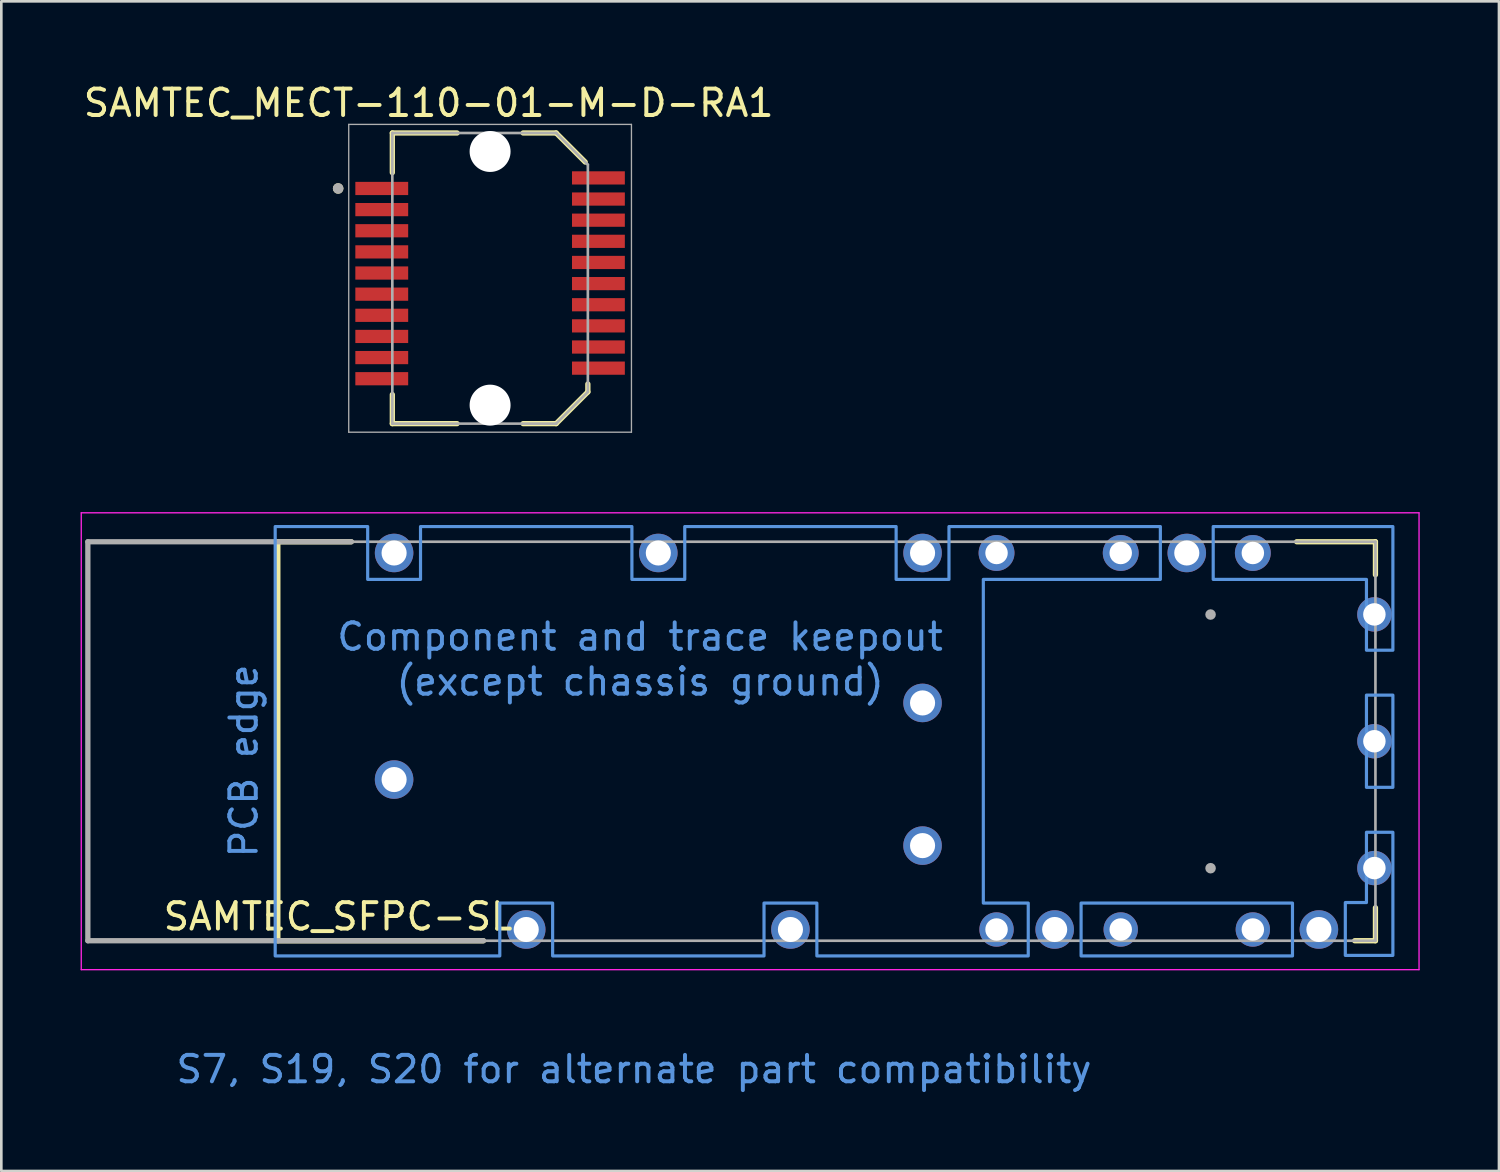
<source format=kicad_pcb>
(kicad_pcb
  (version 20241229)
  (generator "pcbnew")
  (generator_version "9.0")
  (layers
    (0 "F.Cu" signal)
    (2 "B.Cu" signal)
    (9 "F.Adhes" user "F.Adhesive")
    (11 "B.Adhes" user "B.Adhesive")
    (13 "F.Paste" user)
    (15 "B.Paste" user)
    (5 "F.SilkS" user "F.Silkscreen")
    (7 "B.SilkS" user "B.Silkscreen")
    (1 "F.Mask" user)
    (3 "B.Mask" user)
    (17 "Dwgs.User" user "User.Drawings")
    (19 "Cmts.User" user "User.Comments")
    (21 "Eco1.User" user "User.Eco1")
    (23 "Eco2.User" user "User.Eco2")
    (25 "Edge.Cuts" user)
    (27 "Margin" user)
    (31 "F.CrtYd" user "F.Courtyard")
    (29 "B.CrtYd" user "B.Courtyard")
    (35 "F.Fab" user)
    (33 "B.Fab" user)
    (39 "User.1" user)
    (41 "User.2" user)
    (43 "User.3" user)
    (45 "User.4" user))
  (footprint "SAMTEC_MECT-110-01-M-D-RA1"
    (layer "F.Cu")
    (at 15.498 2.683)
    (property "Reference" "SAMTEC_MECT-110-01-M-D-RA1" (at -2.325 -1.835 0) (layer "F.SilkS") (effects (font (size 1 1) (thickness 0.15))))
    (attr smd)
    (fp_line (start -3.7 -0.7) (end -1.25 -0.7) (stroke (width 0.2) (type solid)) (layer "F.SilkS"))
    (fp_line (start -3.7 0.8) (end -3.7 -0.7) (stroke (width 0.2) (type solid)) (layer "F.SilkS"))
    (fp_line (start -3.7 10.3) (end -3.7 9.2) (stroke (width 0.2) (type solid)) (layer "F.SilkS"))
    (fp_line (start -1.25 10.3) (end -3.7 10.3) (stroke (width 0.2) (type solid)) (layer "F.SilkS"))
    (fp_line (start 1.25 -0.7) (end 2.5 -0.7) (stroke (width 0.2) (type solid)) (layer "F.SilkS"))
    (fp_line (start 2.5 -0.7) (end 3.6 0.4) (stroke (width 0.2) (type solid)) (layer "F.SilkS"))
    (fp_line (start 2.5 10.3) (end 1.25 10.3) (stroke (width 0.2) (type solid)) (layer "F.SilkS"))
    (fp_line (start 3.7 9.1) (end 2.5 10.3) (stroke (width 0.2) (type solid)) (layer "F.SilkS"))
    (fp_line (start 3.7 9.1) (end 3.7 8.8) (stroke (width 0.2) (type solid)) (layer "F.SilkS"))
    (fp_circle (center -5.75 1.4) (end -5.75 1.5) (stroke (width 0.2) (type solid)) (fill no) (layer "F.SilkS"))
    (fp_line (start -5.35 -1.025) (end 5.35 -1.025) (stroke (width 0.05) (type solid)) (layer "F.Fab"))
    (fp_line (start -5.35 10.625) (end -5.35 -1.025) (stroke (width 0.05) (type solid)) (layer "F.Fab"))
    (fp_line (start -3.7 -0.7) (end 2.5 -0.7) (stroke (width 0.1) (type solid)) (layer "F.Fab"))
    (fp_line (start -3.7 10.3) (end -3.7 -0.7) (stroke (width 0.1) (type solid)) (layer "F.Fab"))
    (fp_line (start 2.5 -0.7) (end 3.7 0.5) (stroke (width 0.1) (type solid)) (layer "F.Fab"))
    (fp_line (start 2.5 10.3) (end -3.7 10.3) (stroke (width 0.1) (type solid)) (layer "F.Fab"))
    (fp_line (start 3.7 0.5) (end 3.7 9.1) (stroke (width 0.1) (type solid)) (layer "F.Fab"))
    (fp_line (start 3.7 9.1) (end 2.5 10.3) (stroke (width 0.1) (type solid)) (layer "F.Fab"))
    (fp_line (start 5.35 -1.025) (end 5.35 10.625) (stroke (width 0.05) (type solid)) (layer "F.Fab"))
    (fp_line (start 5.35 10.625) (end -5.35 10.625) (stroke (width 0.05) (type solid)) (layer "F.Fab"))
    (fp_circle (center -5.75 1.4) (end -5.75 1.5) (stroke (width 0.2) (type solid)) (fill no) (layer "F.Fab"))
    (pad "" np_thru_hole circle (at 0 0 270) (size 1.55 1.55) (drill 1.55) (layers "*.Cu" "*.Mask"))
    (pad "" np_thru_hole circle (at 0 9.6 270) (size 1.55 1.55) (drill 1.55) (layers "*.Cu" "*.Mask"))
    (pad "01" smd rect (at -4.1 1.4 270) (size 0.5 2) (layers "F.Cu" "F.Mask" "F.Paste"))
    (pad "02" smd rect (at -4.1 2.2 270) (size 0.5 2) (layers "F.Cu" "F.Mask" "F.Paste"))
    (pad "03" smd rect (at -4.1 3 270) (size 0.5 2) (layers "F.Cu" "F.Mask" "F.Paste"))
    (pad "04" smd rect (at -4.1 3.8 270) (size 0.5 2) (layers "F.Cu" "F.Mask" "F.Paste"))
    (pad "05" smd rect (at -4.1 4.6 270) (size 0.5 2) (layers "F.Cu" "F.Mask" "F.Paste"))
    (pad "06" smd rect (at -4.1 5.4 270) (size 0.5 2) (layers "F.Cu" "F.Mask" "F.Paste"))
    (pad "07" smd rect (at -4.1 6.2 270) (size 0.5 2) (layers "F.Cu" "F.Mask" "F.Paste"))
    (pad "08" smd rect (at -4.1 7 270) (size 0.5 2) (layers "F.Cu" "F.Mask" "F.Paste"))
    (pad "09" smd rect (at -4.1 7.8 270) (size 0.5 2) (layers "F.Cu" "F.Mask" "F.Paste"))
    (pad "10" smd rect (at -4.1 8.6 270) (size 0.5 2) (layers "F.Cu" "F.Mask" "F.Paste"))
    (pad "11" smd rect (at 4.1 8.2 270) (size 0.5 2) (layers "F.Cu" "F.Mask" "F.Paste"))
    (pad "12" smd rect (at 4.1 7.4 270) (size 0.5 2) (layers "F.Cu" "F.Mask" "F.Paste"))
    (pad "13" smd rect (at 4.1 6.6 270) (size 0.5 2) (layers "F.Cu" "F.Mask" "F.Paste"))
    (pad "14" smd rect (at 4.1 5.8 270) (size 0.5 2) (layers "F.Cu" "F.Mask" "F.Paste"))
    (pad "15" smd rect (at 4.1 5 270) (size 0.5 2) (layers "F.Cu" "F.Mask" "F.Paste"))
    (pad "16" smd rect (at 4.1 4.2 270) (size 0.5 2) (layers "F.Cu" "F.Mask" "F.Paste"))
    (pad "17" smd rect (at 4.1 3.4 270) (size 0.5 2) (layers "F.Cu" "F.Mask" "F.Paste"))
    (pad "18" smd rect (at 4.1 2.6 270) (size 0.5 2) (layers "F.Cu" "F.Mask" "F.Paste"))
    (pad "19" smd rect (at 4.1 1.8 270) (size 0.5 2) (layers "F.Cu" "F.Mask" "F.Paste"))
    (pad "20" smd rect (at 4.1 1 270) (size 0.5 2) (layers "F.Cu" "F.Mask" "F.Paste")))
  (footprint "SAMTEC_SFPC-SL"
    (layer "F.Cu")
    (at 42.765 20.208)
    (property "Reference" "SAMTEC_SFPC-SL" (at -33.02 11.43 0) (layer "F.SilkS") (effects (font (size 1 1) (thickness 0.15))))
    (attr through_hole)
    (fp_line (start -35.3 -2.755) (end -32.52 -2.755) (stroke (width 0.2) (type solid)) (layer "F.SilkS"))
    (fp_line (start -35.3 12.345) (end -35.3 -2.755) (stroke (width 0.2) (type solid)) (layer "F.SilkS"))
    (fp_line (start -35.3 12.345) (end -27.52 12.345) (stroke (width 0.2) (type solid)) (layer "F.SilkS"))
    (fp_line (start 3.26 -2.755) (end 6.24 -2.755) (stroke (width 0.2) (type solid)) (layer "F.SilkS"))
    (fp_line (start 6.24 -2.755) (end 6.24 -1.505) (stroke (width 0.2) (type solid)) (layer "F.SilkS"))
    (fp_line (start 6.24 11.095) (end 6.24 12.345) (stroke (width 0.2) (type solid)) (layer "F.SilkS"))
    (fp_line (start 6.24 12.345) (end 5.454 12.345) (stroke (width 0.2) (type solid)) (layer "F.SilkS"))
    (fp_poly (pts (xy -29.63 -1.06) (xy -32.17 -1.06) (xy -32.17 -3.6) (xy -29.63 -3.6)) (stroke (width 0.01) (type solid)) (fill yes) (layer "F.Paste"))
    (fp_poly (pts (xy -29.63 7.515) (xy -32.17 7.515) (xy -32.17 4.975) (xy -29.63 4.975)) (stroke (width 0.01) (type solid)) (fill yes) (layer "F.Paste"))
    (fp_poly (pts (xy -24.63 13.19) (xy -27.17 13.19) (xy -27.17 10.65) (xy -24.63 10.65)) (stroke (width 0.01) (type solid)) (fill yes) (layer "F.Paste"))
    (fp_poly (pts (xy -19.63 -1.06) (xy -22.17 -1.06) (xy -22.17 -3.6) (xy -19.63 -3.6)) (stroke (width 0.01) (type solid)) (fill yes) (layer "F.Paste"))
    (fp_poly (pts (xy -14.63 13.19) (xy -17.17 13.19) (xy -17.17 10.65) (xy -14.63 10.65)) (stroke (width 0.01) (type solid)) (fill yes) (layer "F.Paste"))
    (fp_poly (pts (xy -9.63 -1.06) (xy -12.17 -1.06) (xy -12.17 -3.6) (xy -9.63 -3.6)) (stroke (width 0.01) (type solid)) (fill yes) (layer "F.Paste"))
    (fp_poly (pts (xy -9.63 4.615) (xy -12.17 4.615) (xy -12.17 2.075) (xy -9.63 2.075)) (stroke (width 0.01) (type solid)) (fill yes) (layer "F.Paste"))
    (fp_poly (pts (xy -9.63 10.015) (xy -12.17 10.015) (xy -12.17 7.475) (xy -9.63 7.475)) (stroke (width 0.01) (type solid)) (fill yes) (layer "F.Paste"))
    (fp_poly (pts (xy -7.43 13.07) (xy -9.72 13.07) (xy -9.72 10.78) (xy -7.43 10.78)) (stroke (width 0.01) (type solid)) (fill yes) (layer "F.Paste"))
    (fp_poly (pts (xy -6.96 -1.19) (xy -9.25 -1.19) (xy -9.25 -3.48) (xy -6.96 -3.48)) (stroke (width 0.01) (type solid)) (fill yes) (layer "F.Paste"))
    (fp_poly (pts (xy -4.63 13.19) (xy -7.17 13.19) (xy -7.17 10.65) (xy -4.63 10.65)) (stroke (width 0.01) (type solid)) (fill yes) (layer "F.Paste"))
    (fp_poly (pts (xy -2.43 -1.19) (xy -4.72 -1.19) (xy -4.72 -3.48) (xy -2.43 -3.48)) (stroke (width 0.01) (type solid)) (fill yes) (layer "F.Paste"))
    (fp_poly (pts (xy -2.09 13.07) (xy -4.38 13.07) (xy -4.38 10.78) (xy -2.09 10.78)) (stroke (width 0.01) (type solid)) (fill yes) (layer "F.Paste"))
    (fp_poly (pts (xy 0.37 -1.06) (xy -2.17 -1.06) (xy -2.17 -3.6) (xy 0.37 -3.6)) (stroke (width 0.01) (type solid)) (fill yes) (layer "F.Paste"))
    (fp_poly (pts (xy 2.3 13.07) (xy 0.01 13.07) (xy 0.01 10.78) (xy 2.3 10.78)) (stroke (width 0.01) (type solid)) (fill yes) (layer "F.Paste"))
    (fp_poly (pts (xy 2.91 -1.19) (xy 0.62 -1.19) (xy 0.62 -3.48) (xy 2.91 -3.48)) (stroke (width 0.01) (type solid)) (fill yes) (layer "F.Paste"))
    (fp_poly (pts (xy 5.104 13.19) (xy 2.564 13.19) (xy 2.564 10.65) (xy 5.104 10.65)) (stroke (width 0.01) (type solid)) (fill yes) (layer "F.Paste"))
    (fp_poly (pts (xy 7.64 1.14) (xy 5.35 1.14) (xy 5.35 -1.15) (xy 7.64 -1.15)) (stroke (width 0.01) (type solid)) (fill yes) (layer "F.Paste"))
    (fp_poly (pts (xy 7.64 5.94) (xy 5.35 5.94) (xy 5.35 3.65) (xy 7.64 3.65)) (stroke (width 0.01) (type solid)) (fill yes) (layer "F.Paste"))
    (fp_poly (pts (xy 7.64 10.74) (xy 5.35 10.74) (xy 5.35 8.45) (xy 7.64 8.45)) (stroke (width 0.01) (type solid)) (fill yes) (layer "F.Paste"))
    (fp_poly (pts (xy -4.9 10.92) (xy 3.1 10.92) (xy 3.1 12.92) (xy -4.9 12.92)) (stroke (width 0.12) (type solid)) (fill no) (layer "Cmts.User"))
    (fp_poly (pts (xy 5.9 3.05) (xy 6.9 3.05) (xy 6.9 6.54) (xy 5.9 6.54)) (stroke (width 0.12) (type solid)) (fill no) (layer "Cmts.User"))
    (fp_poly (pts (xy 5.1 12.9) (xy 5.1 10.9) (xy 5.9 10.9) (xy 5.9 8.24) (xy 6.9 8.24) (xy 6.9 12.9)) (stroke (width 0.12) (type solid)) (fill no) (layer "Cmts.User"))
    (fp_poly (pts (xy 5.9 1.35) (xy 6.9 1.35) (xy 6.9 -3.33) (xy 0.1 -3.33) (xy 0.1 -1.33) (xy 5.9 -1.33)) (stroke (width 0.12) (type solid)) (fill no) (layer "Cmts.User"))
    (fp_poly (pts (xy -1.9 -1.33) (xy -1.9 -3.33) (xy -9.9 -3.33) (xy -9.9 -1.33) (xy -11.9 -1.33) (xy -11.9 -3.33) (xy -19.9 -3.33) (xy -19.9 -1.33) (xy -21.9 -1.33) (xy -21.9 -3.33) (xy -29.9 -3.33) (xy -29.9 -1.33) (xy -31.9 -1.33) (xy -31.9 -3.33) (xy -35.4 -3.33) (xy -35.4 12.92) (xy -26.9 12.92) (xy -26.9 10.92) (xy -24.9 10.92) (xy -24.9 12.92) (xy -16.9 12.92) (xy -16.9 10.92) (xy -14.9 10.92) (xy -14.9 12.92) (xy -6.9 12.92) (xy -6.9 10.92) (xy -8.6 10.92) (xy -8.6 -1.33)) (stroke (width 0.12) (type solid)) (fill no) (layer "Cmts.User"))
    (fp_line (start -42.74 -3.85) (end -42.74 13.44) (stroke (width 0.05) (type solid)) (layer "F.CrtYd"))
    (fp_line (start -42.74 13.44) (end 7.89 13.44) (stroke (width 0.05) (type solid)) (layer "F.CrtYd"))
    (fp_line (start 7.89 -3.85) (end -42.74 -3.85) (stroke (width 0.05) (type solid)) (layer "F.CrtYd"))
    (fp_line (start 7.89 13.44) (end 7.89 -3.85) (stroke (width 0.05) (type solid)) (layer "F.CrtYd"))
    (fp_line (start -42.49 -2.755) (end -32.52 -2.755) (stroke (width 0.2) (type solid)) (layer "F.Fab"))
    (fp_line (start -42.49 -2.755) (end 6.24 -2.755) (stroke (width 0.1) (type solid)) (layer "F.Fab"))
    (fp_line (start -42.49 12.345) (end -42.49 -2.755) (stroke (width 0.1) (type solid)) (layer "F.Fab"))
    (fp_line (start -42.49 12.345) (end -42.49 -2.755) (stroke (width 0.2) (type solid)) (layer "F.Fab"))
    (fp_line (start -27.52 12.345) (end -42.49 12.345) (stroke (width 0.2) (type solid)) (layer "F.Fab"))
    (fp_line (start 6.24 -2.755) (end 6.24 12.345) (stroke (width 0.1) (type solid)) (layer "F.Fab"))
    (fp_line (start 6.24 12.345) (end -42.49 12.345) (stroke (width 0.1) (type solid)) (layer "F.Fab"))
    (fp_circle (center 0 0) (end 0.000001 0) (stroke (width 0.2) (type default)) (fill no) (layer "F.Fab"))
    (fp_circle (center 0 9.6) (end 0.000001 9.6) (stroke (width 0.2) (type default)) (fill no) (layer "F.Fab"))
    (fp_text user "Component and trace keepout" (at -21.59 0.84 0) (layer "Cmts.User") (effects (font (size 1 1) (thickness 0.15))))
    (fp_text user "PCB edge" (at -36.59 5.54 90) (layer "Cmts.User") (effects (font (size 1 1) (thickness 0.15))))
    (fp_text user "(except chassis ground)" (at -21.59 2.54 0) (layer "Cmts.User") (effects (font (size 1 1) (thickness 0.15))))
    (fp_text user "S7, S19, S20 for alternate part compatibility" (at -21.82 17.21 0) (layer "Cmts.User") (effects (font (size 1 1) (thickness 0.15))))
    (pad "S1" thru_hole circle (at -0.9 -2.33 180) (size 1.458 1.458) (drill 0.95) (layers "*.Cu" "*.Mask"))
    (pad "S2" thru_hole circle (at -3.4 -2.33 180) (size 1.358 1.358) (drill 0.85) (layers "*.Cu" "*.Mask"))
    (pad "S3" thru_hole circle (at -8.1 -2.33 180) (size 1.358 1.358) (drill 0.85) (layers "*.Cu" "*.Mask"))
    (pad "S4" thru_hole circle (at -10.9 -2.33 180) (size 1.458 1.458) (drill 0.95) (layers "*.Cu" "*.Mask"))
    (pad "S5" thru_hole circle (at -20.9 -2.33 180) (size 1.458 1.458) (drill 0.95) (layers "*.Cu" "*.Mask"))
    (pad "S6" thru_hole circle (at -30.9 -2.33 180) (size 1.458 1.458) (drill 0.95) (layers "*.Cu" "*.Mask"))
    (pad "S7" thru_hole circle (at -30.9 6.245 180) (size 1.458 1.458) (drill 0.95) (layers "*.Cu" "*.Mask"))
    (pad "S8" thru_hole circle (at -25.9 11.92 180) (size 1.458 1.458) (drill 0.95) (layers "*.Cu" "*.Mask"))
    (pad "S9" thru_hole circle (at -15.9 11.92 180) (size 1.458 1.458) (drill 0.95) (layers "*.Cu" "*.Mask"))
    (pad "S10" thru_hole circle (at -8.1 11.92 180) (size 1.3 1.3) (drill 0.85) (layers "*.Cu" "*.Mask"))
    (pad "S11" thru_hole circle (at -5.9 11.92 180) (size 1.458 1.458) (drill 0.95) (layers "*.Cu" "*.Mask"))
    (pad "S12" thru_hole circle (at -3.4 11.92 180) (size 1.3 1.3) (drill 0.85) (layers "*.Cu" "*.Mask"))
    (pad "S13" thru_hole circle (at 1.6 11.92 180) (size 1.3 1.3) (drill 0.85) (layers "*.Cu" "*.Mask"))
    (pad "S14" thru_hole circle (at 4.1 11.92 180) (size 1.458 1.458) (drill 0.95) (layers "*.Cu" "*.Mask"))
    (pad "S15" thru_hole circle (at 6.2 9.595 180) (size 1.3 1.3) (drill 0.85) (layers "*.Cu" "*.Mask"))
    (pad "S16" thru_hole circle (at 6.2 4.795 180) (size 1.3 1.3) (drill 0.85) (layers "*.Cu" "*.Mask"))
    (pad "S17" thru_hole circle (at 6.2 -0.005 180) (size 1.3 1.3) (drill 0.85) (layers "*.Cu" "*.Mask"))
    (pad "S18" thru_hole circle (at 1.6 -2.33 180) (size 1.358 1.358) (drill 0.85) (layers "*.Cu" "*.Mask"))
    (pad "S19" thru_hole circle (at -10.9 3.345 180) (size 1.458 1.458) (drill 0.95) (layers "*.Cu" "*.Mask"))
    (pad "S20" thru_hole circle (at -10.9 8.745 180) (size 1.458 1.458) (drill 0.95) (layers "*.Cu" "*.Mask")))
  (gr_rect
    (start -3 -3)
    (end 53.68 41.267)
    (stroke (width 0.1) (type default))
    (fill no)
    (layer "Edge.Cuts")))
</source>
